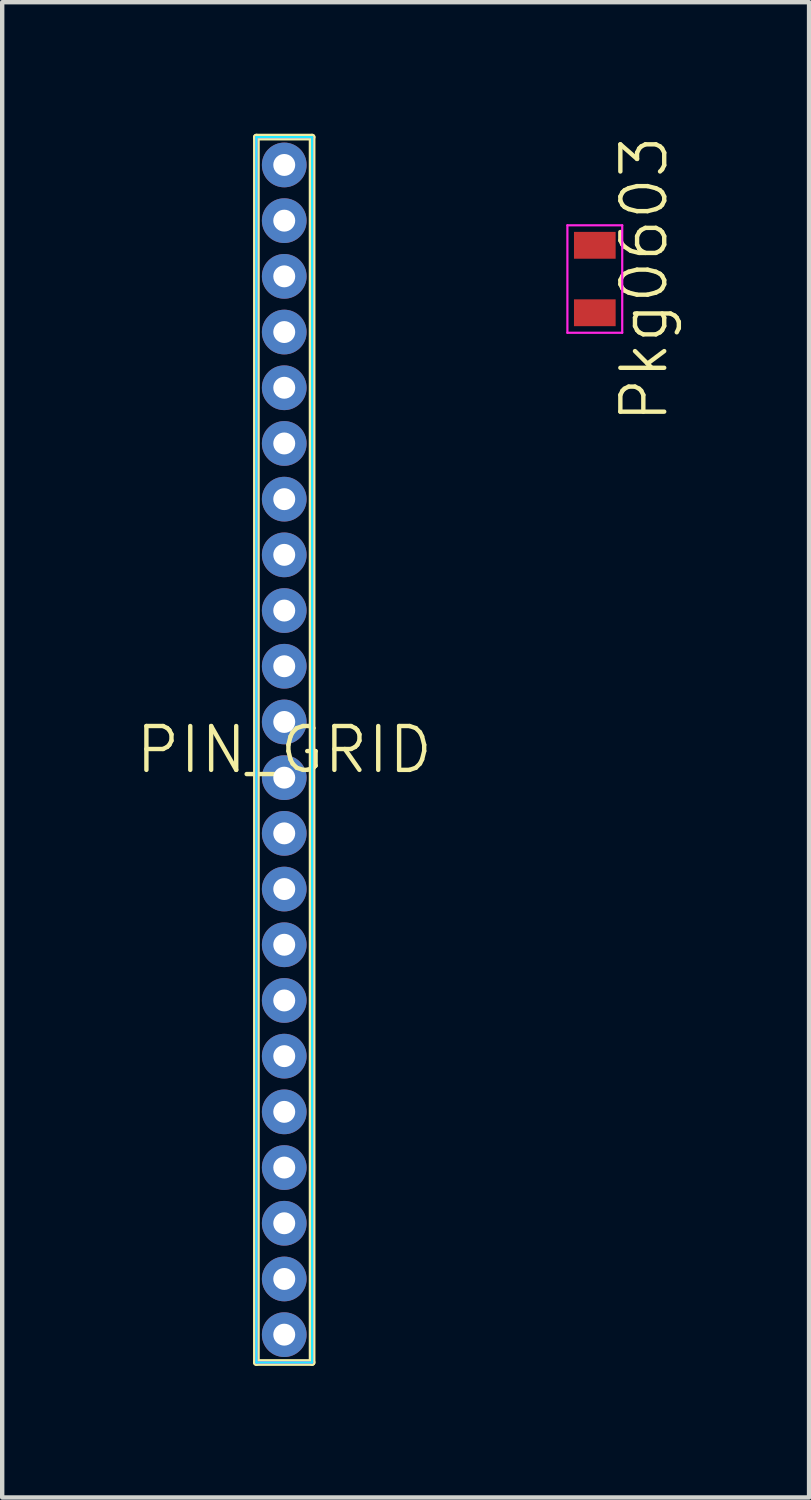
<source format=kicad_pcb>
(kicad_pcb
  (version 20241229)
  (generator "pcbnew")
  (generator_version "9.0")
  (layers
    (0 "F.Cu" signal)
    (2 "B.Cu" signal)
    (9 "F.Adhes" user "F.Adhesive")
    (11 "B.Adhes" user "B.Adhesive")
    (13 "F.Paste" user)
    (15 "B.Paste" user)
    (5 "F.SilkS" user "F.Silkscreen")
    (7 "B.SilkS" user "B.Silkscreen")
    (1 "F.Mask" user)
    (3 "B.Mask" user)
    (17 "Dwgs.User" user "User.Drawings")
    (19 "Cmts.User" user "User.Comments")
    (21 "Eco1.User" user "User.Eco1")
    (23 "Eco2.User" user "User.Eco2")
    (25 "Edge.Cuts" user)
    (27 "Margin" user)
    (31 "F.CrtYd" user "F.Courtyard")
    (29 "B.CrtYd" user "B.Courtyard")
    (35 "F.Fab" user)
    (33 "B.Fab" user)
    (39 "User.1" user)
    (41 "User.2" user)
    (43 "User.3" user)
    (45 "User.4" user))
  (footprint "PIN_GRID"
    (layer "F.Cu")
    (at 3.431 14.046)
    (property "Reference" "PIN_GRID" (at 0 0 0) (layer "F.SilkS") (effects (font (size 1 1) (thickness 0.1))))
    (fp_line (start -0.635 -13.97) (end -0.635 13.97) (stroke (width 0.153) (type solid)) (layer "F.SilkS"))
    (fp_line (start -0.635 13.97) (end 0.635 13.97) (stroke (width 0.153) (type solid)) (layer "F.SilkS"))
    (fp_line (start 0.635 -13.97) (end -0.635 -13.97) (stroke (width 0.153) (type solid)) (layer "F.SilkS"))
    (fp_line (start 0.635 13.97) (end 0.635 -13.97) (stroke (width 0.153) (type solid)) (layer "F.SilkS"))
    (fp_line (start -0.635 -13.97) (end -0.635 13.97) (stroke (width 0.05) (type solid)) (layer "B.CrtYd"))
    (fp_line (start -0.635 13.97) (end 0.635 13.97) (stroke (width 0.05) (type solid)) (layer "B.CrtYd"))
    (fp_line (start 0.635 -13.97) (end -0.635 -13.97) (stroke (width 0.05) (type solid)) (layer "B.CrtYd"))
    (fp_line (start 0.635 13.97) (end 0.635 -13.97) (stroke (width 0.05) (type solid)) (layer "B.CrtYd"))
    (fp_line (start -0.635 -13.97) (end -0.635 13.97) (stroke (width 0.05) (type solid)) (layer "F.CrtYd"))
    (fp_line (start -0.635 13.97) (end 0.635 13.97) (stroke (width 0.05) (type solid)) (layer "F.CrtYd"))
    (fp_line (start 0.635 -13.97) (end -0.635 -13.97) (stroke (width 0.05) (type solid)) (layer "F.CrtYd"))
    (fp_line (start 0.635 13.97) (end 0.635 -13.97) (stroke (width 0.05) (type solid)) (layer "F.CrtYd"))
    (pad "1" thru_hole circle (at 0 -13.335) (size 1.02 1.02) (drill 0.5) (layers "*.Cu" "*.Mask"))
    (pad "2" thru_hole circle (at 0 -12.065) (size 1.02 1.02) (drill 0.5) (layers "*.Cu" "*.Mask"))
    (pad "3" thru_hole circle (at 0 -10.795) (size 1.02 1.02) (drill 0.5) (layers "*.Cu" "*.Mask"))
    (pad "4" thru_hole circle (at 0 -9.525) (size 1.02 1.02) (drill 0.5) (layers "*.Cu" "*.Mask"))
    (pad "5" thru_hole circle (at 0 -8.255) (size 1.02 1.02) (drill 0.5) (layers "*.Cu" "*.Mask"))
    (pad "6" thru_hole circle (at 0 -6.985) (size 1.02 1.02) (drill 0.5) (layers "*.Cu" "*.Mask"))
    (pad "7" thru_hole circle (at 0 -5.715) (size 1.02 1.02) (drill 0.5) (layers "*.Cu" "*.Mask"))
    (pad "8" thru_hole circle (at 0 -4.445) (size 1.02 1.02) (drill 0.5) (layers "*.Cu" "*.Mask"))
    (pad "9" thru_hole circle (at 0 -3.175) (size 1.02 1.02) (drill 0.5) (layers "*.Cu" "*.Mask"))
    (pad "10" thru_hole circle (at 0 -1.905) (size 1.02 1.02) (drill 0.5) (layers "*.Cu" "*.Mask"))
    (pad "11" thru_hole circle (at 0 -0.635) (size 1.02 1.02) (drill 0.5) (layers "*.Cu" "*.Mask"))
    (pad "12" thru_hole circle (at 0 0.635) (size 1.02 1.02) (drill 0.5) (layers "*.Cu" "*.Mask"))
    (pad "13" thru_hole circle (at 0 1.905) (size 1.02 1.02) (drill 0.5) (layers "*.Cu" "*.Mask"))
    (pad "14" thru_hole circle (at 0 3.175) (size 1.02 1.02) (drill 0.5) (layers "*.Cu" "*.Mask"))
    (pad "15" thru_hole circle (at 0 4.445) (size 1.02 1.02) (drill 0.5) (layers "*.Cu" "*.Mask"))
    (pad "16" thru_hole circle (at 0 5.715) (size 1.02 1.02) (drill 0.5) (layers "*.Cu" "*.Mask"))
    (pad "17" thru_hole circle (at 0 6.985) (size 1.02 1.02) (drill 0.5) (layers "*.Cu" "*.Mask"))
    (pad "18" thru_hole circle (at 0 8.255) (size 1.02 1.02) (drill 0.5) (layers "*.Cu" "*.Mask"))
    (pad "19" thru_hole circle (at 0 9.525) (size 1.02 1.02) (drill 0.5) (layers "*.Cu" "*.Mask"))
    (pad "20" thru_hole circle (at 0 10.795) (size 1.02 1.02) (drill 0.5) (layers "*.Cu" "*.Mask"))
    (pad "21" thru_hole circle (at 0 12.065) (size 1.02 1.02) (drill 0.5) (layers "*.Cu" "*.Mask"))
    (pad "22" thru_hole circle (at 0 13.335) (size 1.02 1.02) (drill 0.5) (layers "*.Cu" "*.Mask")))
  (footprint "Pkg0603"
    (layer "F.Cu")
    (at 10.512 3.312)
    (property "Reference" "Pkg0603" (at 1.125 0 90) (layer "F.SilkS") (effects (font (size 1 1) (thickness 0.1))))
    (fp_line (start -0.625 -1.225) (end -0.625 1.225) (stroke (width 0.05) (type solid)) (layer "F.CrtYd"))
    (fp_line (start -0.625 1.225) (end 0.625 1.225) (stroke (width 0.05) (type solid)) (layer "F.CrtYd"))
    (fp_line (start 0.625 -1.225) (end -0.625 -1.225) (stroke (width 0.05) (type solid)) (layer "F.CrtYd"))
    (fp_line (start 0.625 1.225) (end 0.625 -1.225) (stroke (width 0.05) (type solid)) (layer "F.CrtYd"))
    (pad "1" smd rect (at 0 -0.769) (size 0.95 0.612) (layers "F.Cu" "F.Mask" "F.Paste"))
    (pad "2" smd rect (at 0 0.769) (size 0.95 0.612) (layers "F.Cu" "F.Mask" "F.Paste")))
  (gr_rect
    (start -3 -3)
    (end 15.397 31.093)
    (stroke (width 0.1) (type default))
    (fill no)
    (layer "Edge.Cuts")))
</source>
